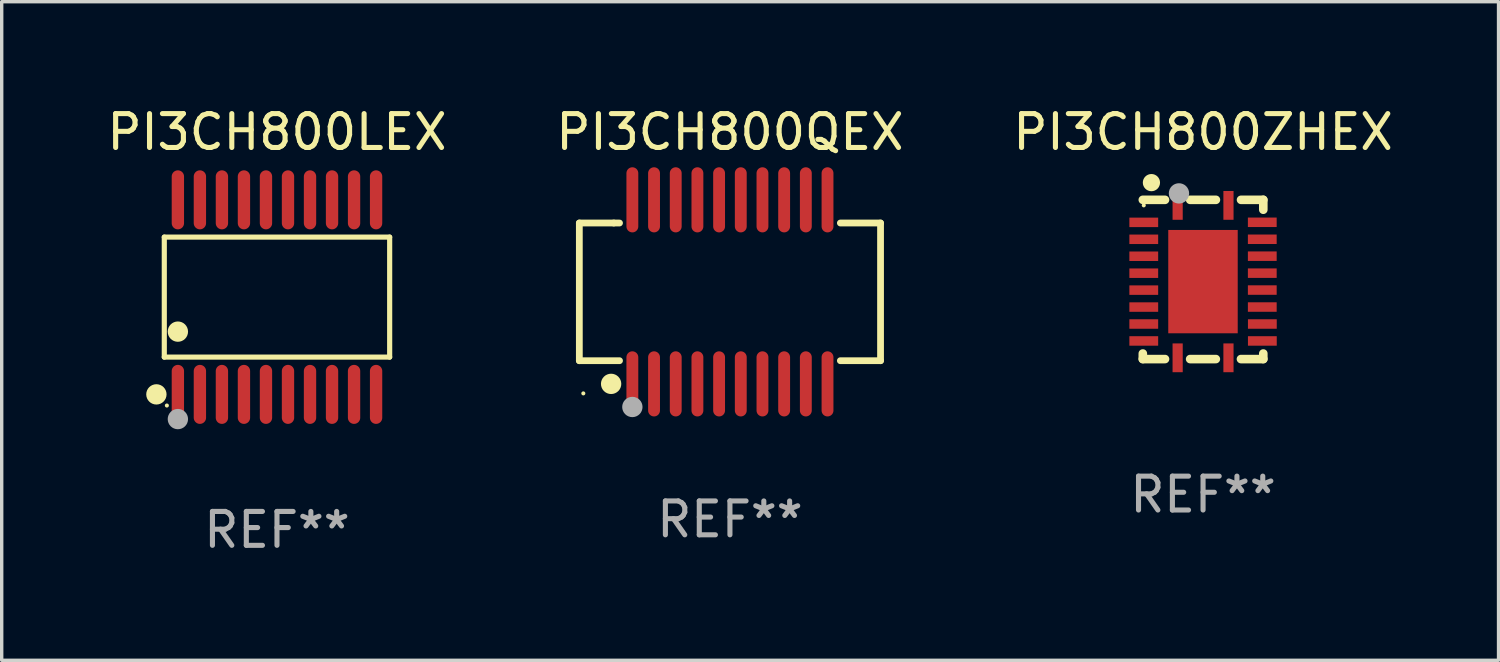
<source format=kicad_pcb>
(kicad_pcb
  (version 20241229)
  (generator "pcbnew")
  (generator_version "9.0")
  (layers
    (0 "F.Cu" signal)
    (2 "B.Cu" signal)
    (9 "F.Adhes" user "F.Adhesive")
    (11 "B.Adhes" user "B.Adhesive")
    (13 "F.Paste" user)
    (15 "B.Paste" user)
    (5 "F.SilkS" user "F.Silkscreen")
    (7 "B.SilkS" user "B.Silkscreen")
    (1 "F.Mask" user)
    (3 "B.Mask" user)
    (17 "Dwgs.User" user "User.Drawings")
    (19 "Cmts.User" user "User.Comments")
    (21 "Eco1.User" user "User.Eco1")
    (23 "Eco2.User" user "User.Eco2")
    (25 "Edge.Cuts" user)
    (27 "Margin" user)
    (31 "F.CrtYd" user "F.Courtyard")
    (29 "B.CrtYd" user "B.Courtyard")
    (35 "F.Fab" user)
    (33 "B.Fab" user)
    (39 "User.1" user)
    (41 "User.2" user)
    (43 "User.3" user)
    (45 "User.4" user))
  (footprint "PI3CH800QEX"
    (layer "F.Cu")
    (at 18.494 5.564)
    (property "Reference" "PI3CH800QEX" (at 0 -4.716 0) (layer "F.SilkS") (effects (font (size 1 1) (thickness 0.15))))
    (attr through_hole)
    (fp_line (start -4.445 -2.032) (end -4.445 2.032) (stroke (width 0.2) (type solid)) (layer "F.SilkS"))
    (fp_line (start -4.445 2.032) (end -3.259 2.032) (stroke (width 0.2) (type solid)) (layer "F.SilkS"))
    (fp_line (start -3.429 -2.032) (end -4.445 -2.032) (stroke (width 0.2) (type solid)) (layer "F.SilkS"))
    (fp_line (start -3.259 -2.032) (end -3.429 -2.032) (stroke (width 0.2) (type solid)) (layer "F.SilkS"))
    (fp_line (start 3.259 2.032) (end 4.445 2.032) (stroke (width 0.2) (type solid)) (layer "F.SilkS"))
    (fp_line (start 4.445 -2.032) (end 3.259 -2.032) (stroke (width 0.2) (type solid)) (layer "F.SilkS"))
    (fp_line (start 4.445 2.032) (end 4.445 -2.032) (stroke (width 0.2) (type solid)) (layer "F.SilkS"))
    (fp_circle (center -4.327 2.997) (end -4.297 2.997) (stroke (width 0.06) (type solid)) (fill no) (layer "F.SilkS"))
    (fp_circle (center -3.507 2.716) (end -3.357 2.716) (stroke (width 0.3) (type solid)) (fill no) (layer "F.SilkS"))
    (fp_circle (center -2.88 3.398) (end -2.73 3.398) (stroke (width 0.3) (type solid)) (fill no) (layer "F.Fab"))
    (fp_text user "REF**" (at 0 6.716 0) (layer "F.Fab") (effects (font (size 1 1) (thickness 0.15))))
    (pad "1" smd oval (at -2.88 2.716) (size 0.35 1.922) (layers "F.Cu" "F.Mask" "F.Paste"))
    (pad "2" smd oval (at -2.24 2.716) (size 0.35 1.922) (layers "F.Cu" "F.Mask" "F.Paste"))
    (pad "3" smd oval (at -1.6 2.716) (size 0.35 1.922) (layers "F.Cu" "F.Mask" "F.Paste"))
    (pad "4" smd oval (at -0.96 2.716) (size 0.35 1.922) (layers "F.Cu" "F.Mask" "F.Paste"))
    (pad "5" smd oval (at -0.32 2.716) (size 0.35 1.922) (layers "F.Cu" "F.Mask" "F.Paste"))
    (pad "6" smd oval (at 0.32 2.716) (size 0.35 1.922) (layers "F.Cu" "F.Mask" "F.Paste"))
    (pad "7" smd oval (at 0.96 2.716) (size 0.35 1.922) (layers "F.Cu" "F.Mask" "F.Paste"))
    (pad "8" smd oval (at 1.6 2.716) (size 0.35 1.922) (layers "F.Cu" "F.Mask" "F.Paste"))
    (pad "9" smd oval (at 2.24 2.716) (size 0.35 1.922) (layers "F.Cu" "F.Mask" "F.Paste"))
    (pad "10" smd oval (at 2.88 2.716) (size 0.35 1.922) (layers "F.Cu" "F.Mask" "F.Paste"))
    (pad "11" smd oval (at 2.88 -2.716) (size 0.35 1.922) (layers "F.Cu" "F.Mask" "F.Paste"))
    (pad "12" smd oval (at 2.24 -2.716) (size 0.35 1.922) (layers "F.Cu" "F.Mask" "F.Paste"))
    (pad "13" smd oval (at 1.6 -2.716) (size 0.35 1.922) (layers "F.Cu" "F.Mask" "F.Paste"))
    (pad "14" smd oval (at 0.96 -2.716) (size 0.35 1.922) (layers "F.Cu" "F.Mask" "F.Paste"))
    (pad "15" smd oval (at 0.32 -2.716) (size 0.35 1.922) (layers "F.Cu" "F.Mask" "F.Paste"))
    (pad "16" smd oval (at -0.32 -2.716) (size 0.35 1.922) (layers "F.Cu" "F.Mask" "F.Paste"))
    (pad "17" smd oval (at -0.96 -2.716) (size 0.35 1.922) (layers "F.Cu" "F.Mask" "F.Paste"))
    (pad "18" smd oval (at -1.6 -2.716) (size 0.35 1.922) (layers "F.Cu" "F.Mask" "F.Paste"))
    (pad "19" smd oval (at -2.24 -2.716) (size 0.35 1.922) (layers "F.Cu" "F.Mask" "F.Paste"))
    (pad "20" smd oval (at -2.88 -2.716) (size 0.35 1.922) (layers "F.Cu" "F.Mask" "F.Paste")))
  (footprint "PI3CH800LEX"
    (layer "F.Cu")
    (at 5.125 5.719)
    (property "Reference" "PI3CH800LEX" (at 0 -4.871 0) (layer "F.SilkS") (effects (font (size 1 1) (thickness 0.15))))
    (attr through_hole)
    (fp_line (start -3.326 -1.771) (end 3.326 -1.771) (stroke (width 0.152) (type solid)) (layer "F.SilkS"))
    (fp_line (start -3.326 1.771) (end -3.326 -1.771) (stroke (width 0.152) (type solid)) (layer "F.SilkS"))
    (fp_line (start 3.326 -1.771) (end 3.326 1.771) (stroke (width 0.152) (type solid)) (layer "F.SilkS"))
    (fp_line (start 3.326 1.771) (end -3.326 1.771) (stroke (width 0.152) (type solid)) (layer "F.SilkS"))
    (fp_circle (center -3.559 2.871) (end -3.409 2.871) (stroke (width 0.3) (type solid)) (fill no) (layer "F.SilkS"))
    (fp_circle (center -3.25 3.2) (end -3.22 3.2) (stroke (width 0.06) (type solid)) (fill no) (layer "F.SilkS"))
    (fp_circle (center -2.925 1.019) (end -2.775 1.019) (stroke (width 0.3) (type solid)) (fill no) (layer "F.SilkS"))
    (fp_circle (center -2.925 3.6) (end -2.775 3.6) (stroke (width 0.3) (type solid)) (fill no) (layer "F.Fab"))
    (fp_text user "REF**" (at 0 6.871 0) (layer "F.Fab") (effects (font (size 1 1) (thickness 0.15))))
    (pad "1" smd oval (at -2.925 2.871) (size 0.364 1.742) (layers "F.Cu" "F.Mask" "F.Paste"))
    (pad "2" smd oval (at -2.275 2.871) (size 0.364 1.742) (layers "F.Cu" "F.Mask" "F.Paste"))
    (pad "3" smd oval (at -1.625 2.871) (size 0.364 1.742) (layers "F.Cu" "F.Mask" "F.Paste"))
    (pad "4" smd oval (at -0.975 2.871) (size 0.364 1.742) (layers "F.Cu" "F.Mask" "F.Paste"))
    (pad "5" smd oval (at -0.325 2.871) (size 0.364 1.742) (layers "F.Cu" "F.Mask" "F.Paste"))
    (pad "6" smd oval (at 0.325 2.871) (size 0.364 1.742) (layers "F.Cu" "F.Mask" "F.Paste"))
    (pad "7" smd oval (at 0.975 2.871) (size 0.364 1.742) (layers "F.Cu" "F.Mask" "F.Paste"))
    (pad "8" smd oval (at 1.625 2.871) (size 0.364 1.742) (layers "F.Cu" "F.Mask" "F.Paste"))
    (pad "9" smd oval (at 2.275 2.871) (size 0.364 1.742) (layers "F.Cu" "F.Mask" "F.Paste"))
    (pad "10" smd oval (at 2.925 2.871) (size 0.364 1.742) (layers "F.Cu" "F.Mask" "F.Paste"))
    (pad "11" smd oval (at 2.925 -2.871) (size 0.364 1.742) (layers "F.Cu" "F.Mask" "F.Paste"))
    (pad "12" smd oval (at 2.275 -2.871) (size 0.364 1.742) (layers "F.Cu" "F.Mask" "F.Paste"))
    (pad "13" smd oval (at 1.625 -2.871) (size 0.364 1.742) (layers "F.Cu" "F.Mask" "F.Paste"))
    (pad "14" smd oval (at 0.975 -2.871) (size 0.364 1.742) (layers "F.Cu" "F.Mask" "F.Paste"))
    (pad "15" smd oval (at 0.325 -2.871) (size 0.364 1.742) (layers "F.Cu" "F.Mask" "F.Paste"))
    (pad "16" smd oval (at -0.325 -2.871) (size 0.364 1.742) (layers "F.Cu" "F.Mask" "F.Paste"))
    (pad "17" smd oval (at -0.975 -2.871) (size 0.364 1.742) (layers "F.Cu" "F.Mask" "F.Paste"))
    (pad "18" smd oval (at -1.625 -2.871) (size 0.364 1.742) (layers "F.Cu" "F.Mask" "F.Paste"))
    (pad "19" smd oval (at -2.275 -2.871) (size 0.364 1.742) (layers "F.Cu" "F.Mask" "F.Paste"))
    (pad "20" smd oval (at -2.925 -2.871) (size 0.364 1.742) (layers "F.Cu" "F.Mask" "F.Paste")))
  (footprint "PI3CH800ZHEX"
    (layer "F.Cu")
    (at 32.458 5.198)
    (property "Reference" "PI3CH800ZHEX" (at 0 -4.35 0) (layer "F.SilkS") (effects (font (size 1 1) (thickness 0.15))))
    (attr through_hole)
    (fp_line (start -1.778 2.35) (end -1.778 2.186) (stroke (width 0.254) (type solid)) (layer "F.SilkS"))
    (fp_line (start -1.123 -2.35) (end -1.778 -2.35) (stroke (width 0.254) (type solid)) (layer "F.SilkS"))
    (fp_line (start -1.123 2.35) (end -1.778 2.35) (stroke (width 0.254) (type solid)) (layer "F.SilkS"))
    (fp_line (start 0.377 2.35) (end -0.381 2.35) (stroke (width 0.254) (type solid)) (layer "F.SilkS"))
    (fp_line (start 0.379 -2.35) (end -0.381 -2.35) (stroke (width 0.254) (type solid)) (layer "F.SilkS"))
    (fp_line (start 1.778 -2.35) (end 1.121 -2.35) (stroke (width 0.254) (type solid)) (layer "F.SilkS"))
    (fp_line (start 1.778 -2.35) (end 1.778 -2.058) (stroke (width 0.254) (type solid)) (layer "F.SilkS"))
    (fp_line (start 1.778 2.186) (end 1.778 2.35) (stroke (width 0.254) (type solid)) (layer "F.SilkS"))
    (fp_line (start 1.778 2.35) (end 1.119 2.35) (stroke (width 0.254) (type solid)) (layer "F.SilkS"))
    (fp_circle (center -1.75 -2.187) (end -1.72 -2.187) (stroke (width 0.06) (type solid)) (fill no) (layer "F.SilkS"))
    (fp_circle (center -1.524 -2.858) (end -1.397 -2.858) (stroke (width 0.254) (type solid)) (fill no) (layer "F.SilkS"))
    (fp_circle (center -0.711 -2.54) (end -0.561 -2.54) (stroke (width 0.3) (type solid)) (fill no) (layer "F.Fab"))
    (fp_text user "REF**" (at 0 6.35 0) (layer "F.Fab") (effects (font (size 1 1) (thickness 0.15))))
    (pad "1" smd rect (at -0.75 -2.186) (size 0.3 0.85) (layers "F.Cu" "F.Mask" "F.Paste"))
    (pad "2" smd rect (at -1.75 -1.685) (size 0.85 0.28) (layers "F.Cu" "F.Mask" "F.Paste"))
    (pad "3" smd rect (at -1.75 -1.185) (size 0.85 0.28) (layers "F.Cu" "F.Mask" "F.Paste"))
    (pad "4" smd rect (at -1.75 -0.685) (size 0.85 0.28) (layers "F.Cu" "F.Mask" "F.Paste"))
    (pad "5" smd rect (at -1.75 -0.185) (size 0.85 0.28) (layers "F.Cu" "F.Mask" "F.Paste"))
    (pad "6" smd rect (at -1.75 0.315) (size 0.85 0.28) (layers "F.Cu" "F.Mask" "F.Paste"))
    (pad "7" smd rect (at -1.75 0.815) (size 0.85 0.28) (layers "F.Cu" "F.Mask" "F.Paste"))
    (pad "8" smd rect (at -1.75 1.315) (size 0.85 0.28) (layers "F.Cu" "F.Mask" "F.Paste"))
    (pad "9" smd rect (at -1.75 1.815) (size 0.85 0.28) (layers "F.Cu" "F.Mask" "F.Paste"))
    (pad "10" smd rect (at -0.75 2.313) (size 0.3 0.85) (layers "F.Cu" "F.Mask" "F.Paste"))
    (pad "11" smd rect (at 0.75 2.313) (size 0.3 0.85) (layers "F.Cu" "F.Mask" "F.Paste"))
    (pad "12" smd rect (at 1.75 1.815) (size 0.85 0.28) (layers "F.Cu" "F.Mask" "F.Paste"))
    (pad "13" smd rect (at 1.75 1.315) (size 0.85 0.28) (layers "F.Cu" "F.Mask" "F.Paste"))
    (pad "14" smd rect (at 1.748 0.814) (size 0.85 0.28) (layers "F.Cu" "F.Mask" "F.Paste"))
    (pad "15" smd rect (at 1.748 0.313) (size 0.85 0.28) (layers "F.Cu" "F.Mask" "F.Paste"))
    (pad "16" smd rect (at 1.748 -0.186) (size 0.85 0.28) (layers "F.Cu" "F.Mask" "F.Paste"))
    (pad "17" smd rect (at 1.748 -0.687) (size 0.85 0.28) (layers "F.Cu" "F.Mask" "F.Paste"))
    (pad "18" smd rect (at 1.748 -1.186) (size 0.85 0.28) (layers "F.Cu" "F.Mask" "F.Paste"))
    (pad "19" smd rect (at 1.748 -1.687) (size 0.85 0.28) (layers "F.Cu" "F.Mask" "F.Paste"))
    (pad "20" smd rect (at 0.75 -2.186) (size 0.3 0.85) (layers "F.Cu" "F.Mask" "F.Paste"))
    (pad "21" smd rect (at -0.002 0.064) (size 2.05 3.05) (layers "F.Cu" "F.Mask" "F.Paste")))
  (gr_rect
    (start -3 -3)
    (end 41.179 16.438)
    (stroke (width 0.1) (type default))
    (fill no)
    (layer "Edge.Cuts")))
</source>
